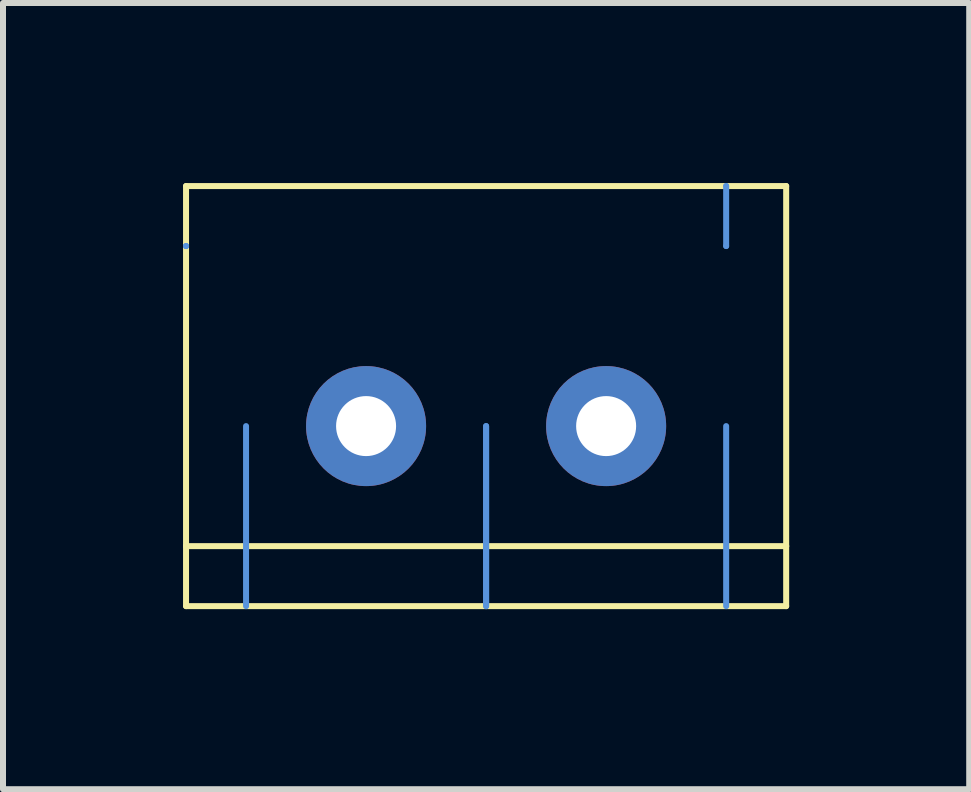
<source format=kicad_pcb>
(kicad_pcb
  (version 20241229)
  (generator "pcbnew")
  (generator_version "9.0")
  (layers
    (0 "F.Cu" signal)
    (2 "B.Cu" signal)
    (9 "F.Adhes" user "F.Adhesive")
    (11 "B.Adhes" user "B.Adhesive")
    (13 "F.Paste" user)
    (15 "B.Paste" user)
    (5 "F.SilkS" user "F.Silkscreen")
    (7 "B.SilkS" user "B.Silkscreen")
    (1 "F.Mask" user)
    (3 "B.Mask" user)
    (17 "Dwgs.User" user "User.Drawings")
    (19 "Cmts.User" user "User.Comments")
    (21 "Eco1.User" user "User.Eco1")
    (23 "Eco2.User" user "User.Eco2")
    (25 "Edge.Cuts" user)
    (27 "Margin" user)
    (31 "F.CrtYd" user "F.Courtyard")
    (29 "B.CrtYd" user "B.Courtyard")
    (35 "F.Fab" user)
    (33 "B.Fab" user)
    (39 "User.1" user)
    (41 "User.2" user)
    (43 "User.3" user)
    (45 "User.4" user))
  (footprint "SCREWTERMINAL-5MM-2"
    (layer "F.Cu")
    (at 5.05 4.05)
    (property "Reference" "SCREWTERMINAL-5MM-2" (at 0 -2 0) (layer "Eco1.User") (effects (font (size 0.001 0.001) (thickness 0.15))))
    (attr through_hole)
    (fp_line (start -5 -4) (end 5 -4) (stroke (width 0.1) (type solid)) (layer "F.SilkS"))
    (fp_line (start -5 2) (end -5 -4) (stroke (width 0.1) (type solid)) (layer "F.SilkS"))
    (fp_line (start -5 2) (end -5 3) (stroke (width 0.1) (type solid)) (layer "F.SilkS"))
    (fp_line (start -5 2) (end 5 2) (stroke (width 0.1) (type solid)) (layer "F.SilkS"))
    (fp_line (start -5 3) (end 5 3) (stroke (width 0.1) (type solid)) (layer "F.SilkS"))
    (fp_line (start 5 -4) (end 5 2) (stroke (width 0.1) (type solid)) (layer "F.SilkS"))
    (fp_line (start 5 3) (end 5 2) (stroke (width 0.1) (type solid)) (layer "F.SilkS"))
    (fp_line (start -5 -3) (end -5 -3) (stroke (width 0.1) (type solid)) (layer "Cmts.User"))
    (fp_line (start -5 -3) (end -5 -3) (stroke (width 0.1) (type solid)) (layer "Cmts.User"))
    (fp_line (start -5 -3) (end -5 -3) (stroke (width 0.1) (type solid)) (layer "Cmts.User"))
    (fp_line (start -4 0) (end -4 3) (stroke (width 0.1) (type solid)) (layer "Cmts.User"))
    (fp_line (start 0 0) (end 0 3) (stroke (width 0.1) (type solid)) (layer "Cmts.User"))
    (fp_line (start 0 0) (end 0 3) (stroke (width 0.1) (type solid)) (layer "Cmts.User"))
    (fp_line (start 4 -4) (end 4 -4) (stroke (width 0.1) (type solid)) (layer "Cmts.User"))
    (fp_line (start 4 -4) (end 4 -3) (stroke (width 0.1) (type solid)) (layer "Cmts.User"))
    (fp_line (start 4 -3) (end 4 -3) (stroke (width 0.1) (type solid)) (layer "Cmts.User"))
    (fp_line (start 4 0) (end 4 3) (stroke (width 0.1) (type solid)) (layer "Cmts.User"))
    (pad "1" thru_hole circle (at -2 0) (size 2 2) (drill 1) (layers "*.Cu" "*.Mask"))
    (pad "2" thru_hole circle (at 2 0) (size 2 2) (drill 1) (layers "*.Cu" "*.Mask")))
  (gr_rect
    (start -3 -3)
    (end 13.1 10.1)
    (stroke (width 0.1) (type default))
    (fill no)
    (layer "Edge.Cuts")))
</source>
